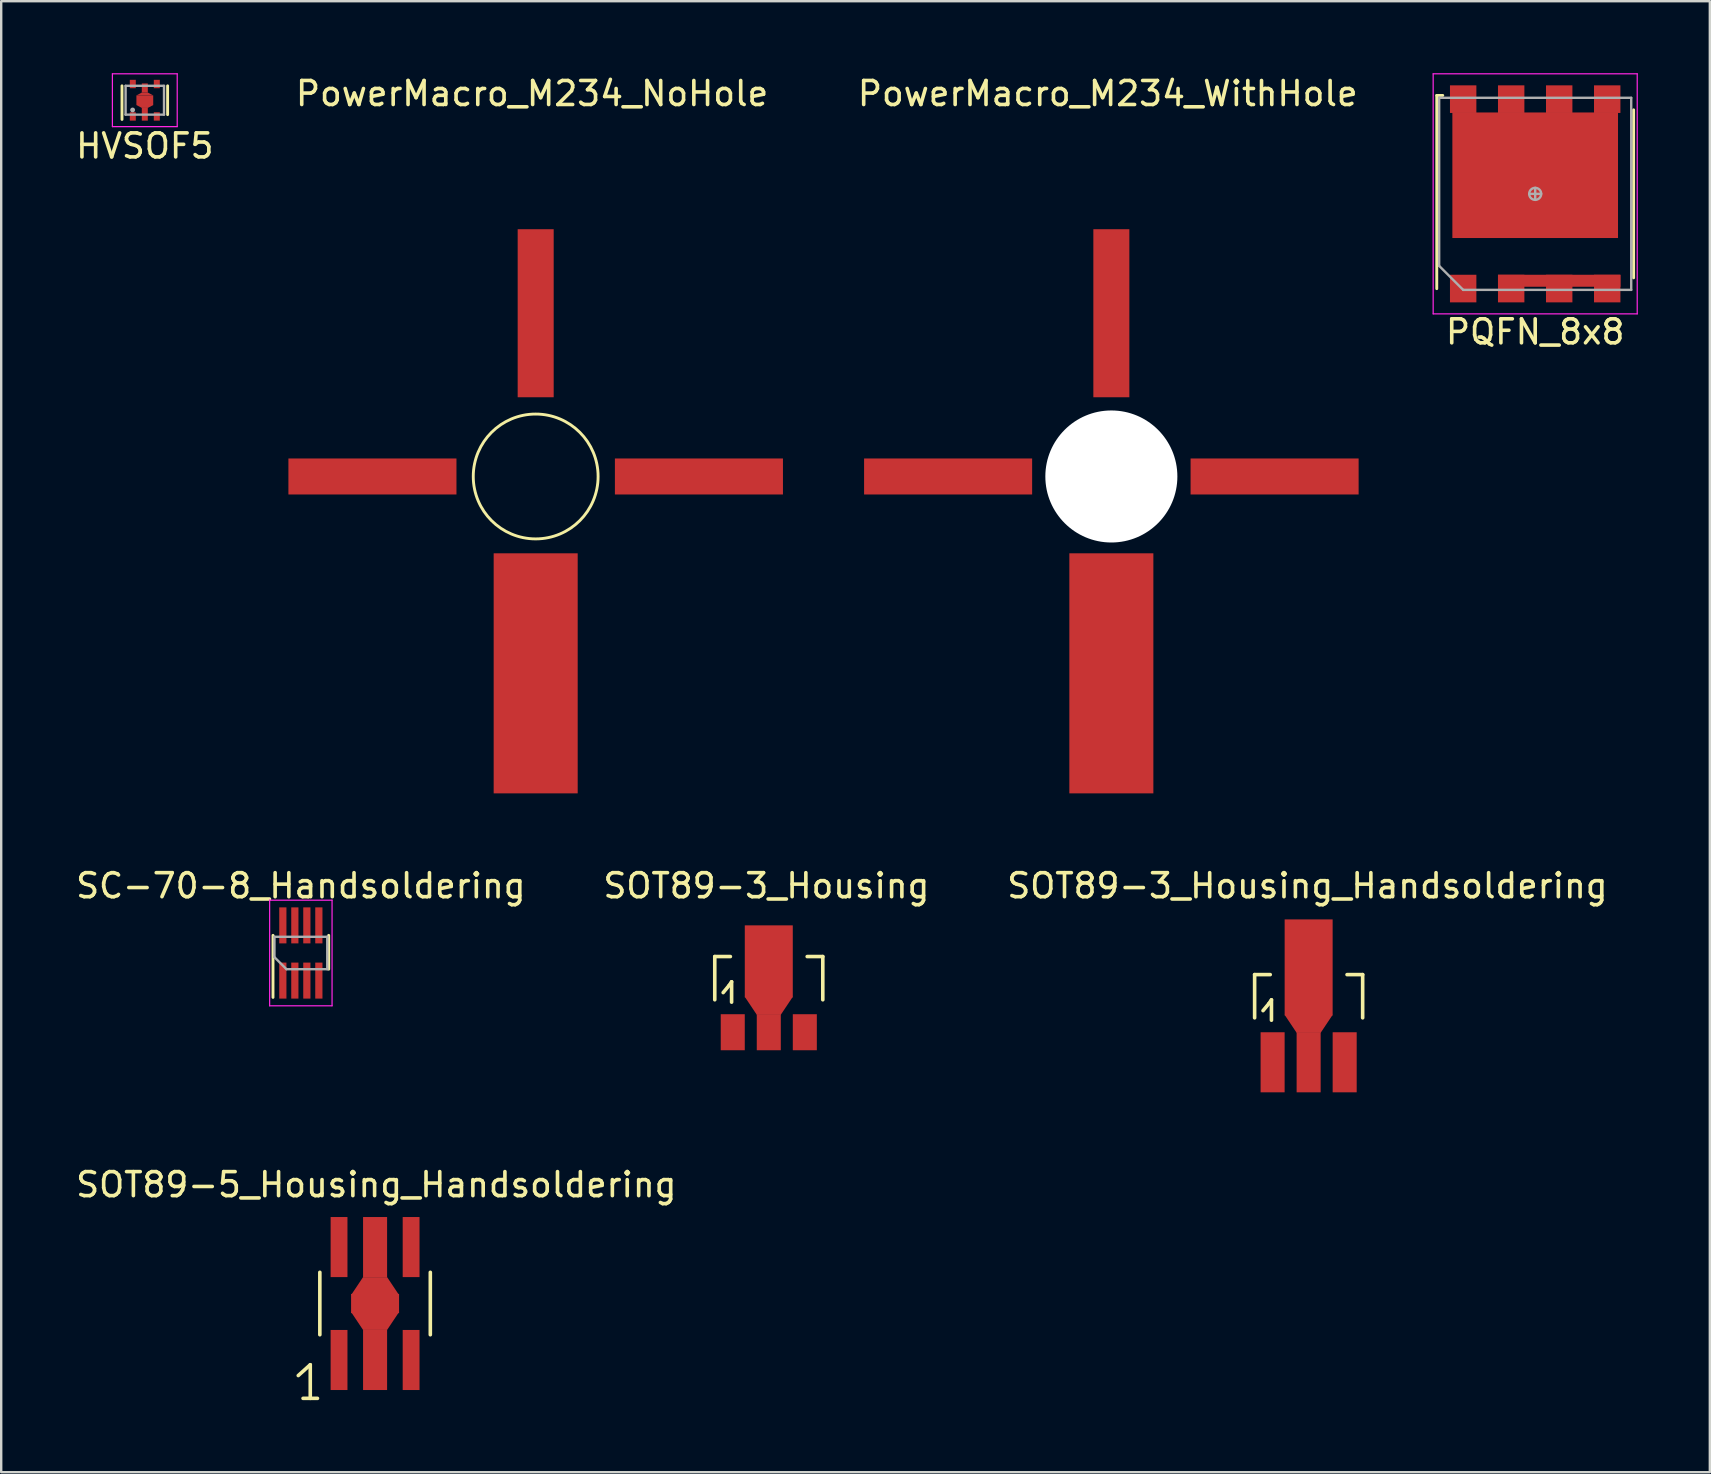
<source format=kicad_pcb>
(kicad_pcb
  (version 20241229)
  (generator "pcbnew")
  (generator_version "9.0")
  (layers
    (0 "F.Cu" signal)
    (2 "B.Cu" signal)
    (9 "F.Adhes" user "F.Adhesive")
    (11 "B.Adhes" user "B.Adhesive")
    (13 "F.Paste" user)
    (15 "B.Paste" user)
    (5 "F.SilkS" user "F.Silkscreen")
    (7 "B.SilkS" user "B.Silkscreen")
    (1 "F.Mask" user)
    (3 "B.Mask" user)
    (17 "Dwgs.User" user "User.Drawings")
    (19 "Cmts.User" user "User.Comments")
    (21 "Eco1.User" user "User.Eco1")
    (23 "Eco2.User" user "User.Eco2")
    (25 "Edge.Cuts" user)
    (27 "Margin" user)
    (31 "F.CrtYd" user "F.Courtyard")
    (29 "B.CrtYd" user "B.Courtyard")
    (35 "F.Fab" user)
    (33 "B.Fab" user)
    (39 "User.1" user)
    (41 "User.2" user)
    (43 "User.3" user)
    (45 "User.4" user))
  (footprint "SOT89-5_Housing_Handsoldering"
    (layer "F.Cu")
    (at 12.574 51.249)
    (property "Reference" "SOT89-5_Housing_Handsoldering" (at 0.051 -4.95 0) (layer "F.SilkS") (effects (font (size 1 1) (thickness 0.15))))
    (attr smd)
    (fp_line (start -3.2 3) (end -2.7 2.55) (stroke (width 0.15) (type solid)) (layer "F.SilkS"))
    (fp_line (start -3 3.95) (end -2.4 3.95) (stroke (width 0.15) (type solid)) (layer "F.SilkS"))
    (fp_line (start -2.7 2.55) (end -2.7 3.95) (stroke (width 0.15) (type solid)) (layer "F.SilkS"))
    (fp_line (start -2.301 1.3) (end -2.301 -1.3) (stroke (width 0.15) (type solid)) (layer "F.SilkS"))
    (fp_line (start 2.301 -1.3) (end 2.301 1.3) (stroke (width 0.15) (type solid)) (layer "F.SilkS"))
    (pad "1" smd rect (at -1.501 2.352) (size 0.701 2.502) (layers "F.Cu" "F.Mask" "F.Paste"))
    (pad "2" smd rect (at 0 -2.352) (size 1.001 2.502) (layers "F.Cu" "F.Mask" "F.Paste"))
    (pad "2" smd trapezoid (at 0 -0.726) (size 1.501 0.749) (rect_delta 0 0.5) (layers "F.Cu" "F.Mask" "F.Paste"))
    (pad "2" smd rect (at 0 0) (size 1.999 0.8) (layers "F.Cu" "F.Mask" "F.Paste"))
    (pad "2" smd trapezoid (at 0 0.726 180) (size 1.501 0.749) (rect_delta 0 0.5) (layers "F.Cu" "F.Mask" "F.Paste"))
    (pad "2" smd rect (at 0 2.352) (size 1.001 2.502) (layers "F.Cu" "F.Mask" "F.Paste"))
    (pad "3" smd rect (at 1.501 2.352) (size 0.701 2.502) (layers "F.Cu" "F.Mask" "F.Paste"))
    (pad "4" smd rect (at 1.501 -2.352) (size 0.701 2.502) (layers "F.Cu" "F.Mask" "F.Paste"))
    (pad "5" smd rect (at -1.501 -2.352) (size 0.701 2.502) (layers "F.Cu" "F.Mask" "F.Paste")))
  (footprint "SOT89-3_Housing"
    (layer "F.Cu")
    (at 28.974 38.096)
    (property "Reference" "SOT89-3_Housing" (at -0.099 -4.249 0) (layer "F.SilkS") (effects (font (size 1 1) (thickness 0.15))))
    (attr smd)
    (fp_line (start -2.25 -1.3) (end -2.25 0.5) (stroke (width 0.15) (type solid)) (layer "F.SilkS"))
    (fp_line (start -2.25 -1.3) (end -1.6 -1.3) (stroke (width 0.15) (type solid)) (layer "F.SilkS"))
    (fp_line (start -1.9 0.201) (end -1.651 -0.099) (stroke (width 0.15) (type solid)) (layer "F.SilkS"))
    (fp_line (start -1.651 -0.099) (end -1.549 -0.249) (stroke (width 0.15) (type solid)) (layer "F.SilkS"))
    (fp_line (start -1.549 -0.249) (end -1.549 0.599) (stroke (width 0.15) (type solid)) (layer "F.SilkS"))
    (fp_line (start 2.25 -1.3) (end 1.6 -1.3) (stroke (width 0.15) (type solid)) (layer "F.SilkS"))
    (fp_line (start 2.25 -1.3) (end 2.25 0.5) (stroke (width 0.15) (type solid)) (layer "F.SilkS"))
    (pad "1" smd rect (at -1.501 1.852) (size 1.001 1.501) (layers "F.Cu" "F.Mask" "F.Paste"))
    (pad "2" smd rect (at 0 -1.1) (size 1.999 3) (layers "F.Cu" "F.Mask" "F.Paste"))
    (pad "2" smd trapezoid (at 0 0.749 180) (size 1.501 0.749) (rect_delta 0 0.5) (layers "F.Cu" "F.Mask" "F.Paste"))
    (pad "2" smd rect (at 0 1.852) (size 1.001 1.501) (layers "F.Cu" "F.Mask" "F.Paste"))
    (pad "3" smd rect (at 1.501 1.852) (size 1.001 1.501) (layers "F.Cu" "F.Mask" "F.Paste")))
  (footprint "PQFN_8x8"
    (layer "F.Cu")
    (at 60.899 5.025)
    (property "Reference" "PQFN_8x8" (at 0 5.75 0) (layer "F.SilkS") (effects (font (size 1 1) (thickness 0.15))))
    (attr smd)
    (fp_line (start -4.1 -4.1) (end -4.1 3.95) (stroke (width 0.12) (type solid)) (layer "F.SilkS"))
    (fp_line (start -3.85 -4.1) (end -4.1 -4.1) (stroke (width 0.12) (type solid)) (layer "F.SilkS"))
    (fp_line (start 4.1 -3.5) (end 4.1 3.5) (stroke (width 0.12) (type solid)) (layer "F.SilkS"))
    (fp_line (start -4.25 -5) (end 4.25 -5) (stroke (width 0.05) (type solid)) (layer "F.CrtYd"))
    (fp_line (start -4.25 5) (end -4.25 -5) (stroke (width 0.05) (type solid)) (layer "F.CrtYd"))
    (fp_line (start 4.25 -5) (end 4.25 5) (stroke (width 0.05) (type solid)) (layer "F.CrtYd"))
    (fp_line (start 4.25 5) (end -4.25 5) (stroke (width 0.05) (type solid)) (layer "F.CrtYd"))
    (fp_line (start -4 -4) (end 4 -4) (stroke (width 0.1) (type solid)) (layer "F.Fab"))
    (fp_line (start -4 3) (end -4 -4) (stroke (width 0.1) (type solid)) (layer "F.Fab"))
    (fp_line (start -4 3) (end -3 4) (stroke (width 0.1) (type solid)) (layer "F.Fab"))
    (fp_line (start 0 -0.25) (end 0 0.25) (stroke (width 0.1) (type solid)) (layer "F.Fab"))
    (fp_line (start 0.25 0) (end -0.25 0) (stroke (width 0.1) (type solid)) (layer "F.Fab"))
    (fp_line (start 4 -4) (end 4 4) (stroke (width 0.1) (type solid)) (layer "F.Fab"))
    (fp_line (start 4 4) (end -3 4) (stroke (width 0.1) (type solid)) (layer "F.Fab"))
    (fp_circle (center 0 0) (end 0.25 0) (stroke (width 0.1) (type solid)) (fill no) (layer "F.Fab"))
    (pad "1" smd rect (at -3 3.945) (size 1.1 1.15) (layers "F.Cu" "F.Mask" "F.Paste"))
    (pad "2" smd rect (at -1 3.945) (size 1.1 1.15) (layers "F.Cu" "F.Mask" "F.Paste"))
    (pad "2" smd rect (at 1 3.62) (size 5.1 0.5) (layers "F.Cu" "F.Mask" "F.Paste"))
    (pad "2" smd rect (at 1 3.945) (size 1.1 1.15) (layers "F.Cu" "F.Mask" "F.Paste"))
    (pad "2" smd rect (at 3 3.945) (size 1.1 1.15) (layers "F.Cu" "F.Mask" "F.Paste"))
    (pad "3" smd rect (at -3 -3.945) (size 1.1 1.15) (layers "F.Cu" "F.Mask" "F.Paste"))
    (pad "3" smd rect (at -2.25 -2) (size 1.5 1.5) (layers "F.Cu" "F.Mask" "F.Paste"))
    (pad "3" smd rect (at -2.25 0.5) (size 1.5 1.5) (layers "F.Cu" "F.Mask" "F.Paste"))
    (pad "3" smd rect (at -1 -3.945) (size 1.1 1.15) (layers "F.Cu" "F.Mask" "F.Paste"))
    (pad "3" smd rect (at 0 -2) (size 1.5 1.5) (layers "F.Cu" "F.Mask" "F.Paste"))
    (pad "3" smd rect (at 0 -0.775) (size 6.9 5.23) (layers "F.Cu" "F.Mask"))
    (pad "3" smd rect (at 0 0.5) (size 1.5 1.5) (layers "F.Cu" "F.Mask" "F.Paste"))
    (pad "3" smd rect (at 1 -3.945) (size 1.1 1.15) (layers "F.Cu" "F.Mask" "F.Paste"))
    (pad "3" smd rect (at 2.25 -2) (size 1.5 1.5) (layers "F.Cu" "F.Mask" "F.Paste"))
    (pad "3" smd rect (at 2.25 0.5) (size 1.5 1.5) (layers "F.Cu" "F.Mask" "F.Paste"))
    (pad "3" smd rect (at 3 -3.945) (size 1.1 1.15) (layers "F.Cu" "F.Mask" "F.Paste")))
  (footprint "SOT89-3_Housing_Handsoldering"
    (layer "F.Cu")
    (at 51.462 38.848)
    (property "Reference" "SOT89-3_Housing_Handsoldering" (at -0.051 -5.001 0) (layer "F.SilkS") (effects (font (size 1 1) (thickness 0.15))))
    (attr smd)
    (fp_line (start -2.25 -1.3) (end -2.25 0.5) (stroke (width 0.15) (type solid)) (layer "F.SilkS"))
    (fp_line (start -2.25 -1.3) (end -1.6 -1.3) (stroke (width 0.15) (type solid)) (layer "F.SilkS"))
    (fp_line (start -1.9 0.201) (end -1.651 -0.099) (stroke (width 0.15) (type solid)) (layer "F.SilkS"))
    (fp_line (start -1.651 -0.099) (end -1.549 -0.249) (stroke (width 0.15) (type solid)) (layer "F.SilkS"))
    (fp_line (start -1.549 -0.249) (end -1.549 0.599) (stroke (width 0.15) (type solid)) (layer "F.SilkS"))
    (fp_line (start 2.25 -1.3) (end 1.6 -1.3) (stroke (width 0.15) (type solid)) (layer "F.SilkS"))
    (fp_line (start 2.25 -1.3) (end 2.25 0.5) (stroke (width 0.15) (type solid)) (layer "F.SilkS"))
    (pad "1" smd rect (at -1.501 2.352) (size 1.001 2.502) (layers "F.Cu" "F.Mask" "F.Paste"))
    (pad "2" smd rect (at 0 -1.6) (size 1.999 4) (layers "F.Cu" "F.Mask" "F.Paste"))
    (pad "2" smd trapezoid (at 0 0.749 180) (size 1.501 0.749) (rect_delta 0 0.5) (layers "F.Cu" "F.Mask" "F.Paste"))
    (pad "2" smd rect (at 0 2.352) (size 1.001 2.502) (layers "F.Cu" "F.Mask" "F.Paste"))
    (pad "3" smd rect (at 1.501 2.352) (size 1.001 2.502) (layers "F.Cu" "F.Mask" "F.Paste")))
  (footprint "HVSOF5"
    (layer "F.Cu")
    (at 2.982 1.125)
    (property "Reference" "HVSOF5" (at 0 1.905 0) (layer "F.SilkS") (effects (font (size 1 1) (thickness 0.15))))
    (attr smd)
    (fp_line (start -0.95 0.8) (end -0.95 -0.6) (stroke (width 0.12) (type solid)) (layer "F.SilkS"))
    (fp_line (start 0.95 0.6) (end 0.95 -0.6) (stroke (width 0.12) (type solid)) (layer "F.SilkS"))
    (fp_line (start -1.35 -1.1) (end -1.35 1.1) (stroke (width 0.05) (type solid)) (layer "F.CrtYd"))
    (fp_line (start -1.35 -1.1) (end 1.35 -1.1) (stroke (width 0.05) (type solid)) (layer "F.CrtYd"))
    (fp_line (start -1.35 1.1) (end 1.35 1.1) (stroke (width 0.05) (type solid)) (layer "F.CrtYd"))
    (fp_line (start 1.35 -1.1) (end 1.35 1.1) (stroke (width 0.05) (type solid)) (layer "F.CrtYd"))
    (fp_line (start -0.8 -0.6) (end -0.8 0.6) (stroke (width 0.1) (type solid)) (layer "F.Fab"))
    (fp_line (start -0.8 -0.6) (end 0.8 -0.6) (stroke (width 0.1) (type solid)) (layer "F.Fab"))
    (fp_line (start -0.8 0.6) (end 0.8 0.6) (stroke (width 0.1) (type solid)) (layer "F.Fab"))
    (fp_line (start 0.8 -0.6) (end 0.8 0.6) (stroke (width 0.1) (type solid)) (layer "F.Fab"))
    (fp_circle (center -0.508 0.406) (end -0.457 0.406) (stroke (width 0.1) (type solid)) (fill no) (layer "F.Fab"))
    (pad "1" smd rect (at -0.5 0.675) (size 0.25 0.35) (layers "F.Cu" "F.Mask" "F.Paste"))
    (pad "2" smd rect (at 0 -0.51) (size 0.25 0.38) (layers "F.Cu" "F.Mask" "F.Paste"))
    (pad "2" smd trapezoid (at 0 -0.26) (size 0.475 0.12) (rect_delta 0 0.225) (layers "F.Cu" "F.Mask" "F.Paste"))
    (pad "2" smd rect (at 0 0) (size 0.7 0.4) (layers "F.Cu" "F.Mask" "F.Paste"))
    (pad "2" smd trapezoid (at 0 0.26) (size 0.475 0.12) (rect_delta 0 -0.225) (layers "F.Cu" "F.Mask" "F.Paste"))
    (pad "2" smd rect (at 0 0.585) (size 0.25 0.53) (layers "F.Cu" "F.Mask" "F.Paste"))
    (pad "3" smd rect (at 0.5 0.675) (size 0.25 0.35) (layers "F.Cu" "F.Mask" "F.Paste"))
    (pad "4" smd rect (at 0.5 -0.675) (size 0.25 0.35) (layers "F.Cu" "F.Mask" "F.Paste"))
    (pad "5" smd rect (at -0.5 -0.675) (size 0.25 0.35) (layers "F.Cu" "F.Mask" "F.Paste")))
  (footprint "SC-70-8_Handsoldering"
    (layer "F.Cu")
    (at 9.482 36.647)
    (property "Reference" "SC-70-8_Handsoldering" (at 0 -2.8 0) (layer "F.SilkS") (effects (font (size 1 1) (thickness 0.15))))
    (attr smd)
    (fp_line (start -1.16 -0.735) (end -1.16 1.85) (stroke (width 0.12) (type solid)) (layer "F.SilkS"))
    (fp_line (start 1.16 0.675) (end 1.16 -0.735) (stroke (width 0.12) (type solid)) (layer "F.SilkS"))
    (fp_line (start -1.3 -2.2) (end 1.3 -2.2) (stroke (width 0.05) (type solid)) (layer "F.CrtYd"))
    (fp_line (start -1.3 2.2) (end -1.3 -2.2) (stroke (width 0.05) (type solid)) (layer "F.CrtYd"))
    (fp_line (start 1.3 -2.2) (end 1.3 2.2) (stroke (width 0.05) (type solid)) (layer "F.CrtYd"))
    (fp_line (start 1.3 2.2) (end -1.3 2.2) (stroke (width 0.05) (type solid)) (layer "F.CrtYd"))
    (fp_line (start -1.1 -0.675) (end -1.1 0.175) (stroke (width 0.1) (type solid)) (layer "F.Fab"))
    (fp_line (start -1.1 -0.675) (end 1.1 -0.675) (stroke (width 0.1) (type solid)) (layer "F.Fab"))
    (fp_line (start -1.1 0.175) (end -0.6 0.675) (stroke (width 0.1) (type solid)) (layer "F.Fab"))
    (fp_line (start -0.6 0.675) (end 1.1 0.675) (stroke (width 0.1) (type solid)) (layer "F.Fab"))
    (fp_line (start 1.1 -0.675) (end 1.1 0.675) (stroke (width 0.1) (type solid)) (layer "F.Fab"))
    (pad "1" smd rect (at -0.75 1.15) (size 0.3 1.5) (layers "F.Cu" "F.Mask" "F.Paste"))
    (pad "2" smd rect (at -0.25 1.15) (size 0.3 1.5) (layers "F.Cu" "F.Mask" "F.Paste"))
    (pad "3" smd rect (at 0.25 1.15) (size 0.3 1.5) (layers "F.Cu" "F.Mask" "F.Paste"))
    (pad "4" smd rect (at 0.75 1.15) (size 0.3 1.5) (layers "F.Cu" "F.Mask" "F.Paste"))
    (pad "5" smd rect (at 0.75 -1.15) (size 0.3 1.5) (layers "F.Cu" "F.Mask" "F.Paste"))
    (pad "6" smd rect (at 0.25 -1.15) (size 0.3 1.5) (layers "F.Cu" "F.Mask" "F.Paste"))
    (pad "7" smd rect (at -0.25 -1.15) (size 0.3 1.5) (layers "F.Cu" "F.Mask" "F.Paste"))
    (pad "8" smd rect (at -0.75 -1.15) (size 0.3 1.5) (layers "F.Cu" "F.Mask" "F.Paste")))
  (footprint "PowerMacro_M234_WithHole"
    (layer "F.Cu")
    (at 43.244 16.798)
    (property "Reference" "PowerMacro_M234_WithHole" (at -0.15 -15.95 0) (layer "F.SilkS") (effects (font (size 1 1) (thickness 0.15))))
    (attr smd)
    (pad "" np_thru_hole circle (at 0 0) (size 5.5 5.5) (drill 5.5) (layers "*.Cu" "*.Mask"))
    (pad "1" smd rect (at 0 -6.8) (size 1.5 7) (layers "F.Cu" "F.Mask" "F.Paste"))
    (pad "2" smd rect (at -6.8 0) (size 7 1.5) (layers "F.Cu" "F.Mask" "F.Paste"))
    (pad "3" smd rect (at 0 8.2) (size 3.5 10) (layers "F.Cu" "F.Mask" "F.Paste"))
    (pad "4" smd rect (at 6.8 0) (size 7 1.5) (layers "F.Cu" "F.Mask" "F.Paste")))
  (footprint "PowerMacro_M234_NoHole"
    (layer "F.Cu")
    (at 19.264 16.798)
    (property "Reference" "PowerMacro_M234_NoHole" (at -0.15 -15.95 0) (layer "F.SilkS") (effects (font (size 1 1) (thickness 0.15))))
    (attr smd)
    (fp_circle (center 0 0) (end 2.6 0) (stroke (width 0.12) (type solid)) (fill no) (layer "F.SilkS"))
    (pad "1" smd rect (at 0 -6.8) (size 1.5 7) (layers "F.Cu" "F.Mask" "F.Paste"))
    (pad "2" smd rect (at -6.8 0) (size 7 1.5) (layers "F.Cu" "F.Mask" "F.Paste"))
    (pad "3" smd rect (at 0 8.2) (size 3.5 10) (layers "F.Cu" "F.Mask" "F.Paste"))
    (pad "4" smd rect (at 6.8 0) (size 7 1.5) (layers "F.Cu" "F.Mask" "F.Paste")))
  (gr_rect
    (start -3 -3)
    (end 68.174 58.274)
    (stroke (width 0.1) (type default))
    (fill no)
    (layer "Edge.Cuts")))
</source>
